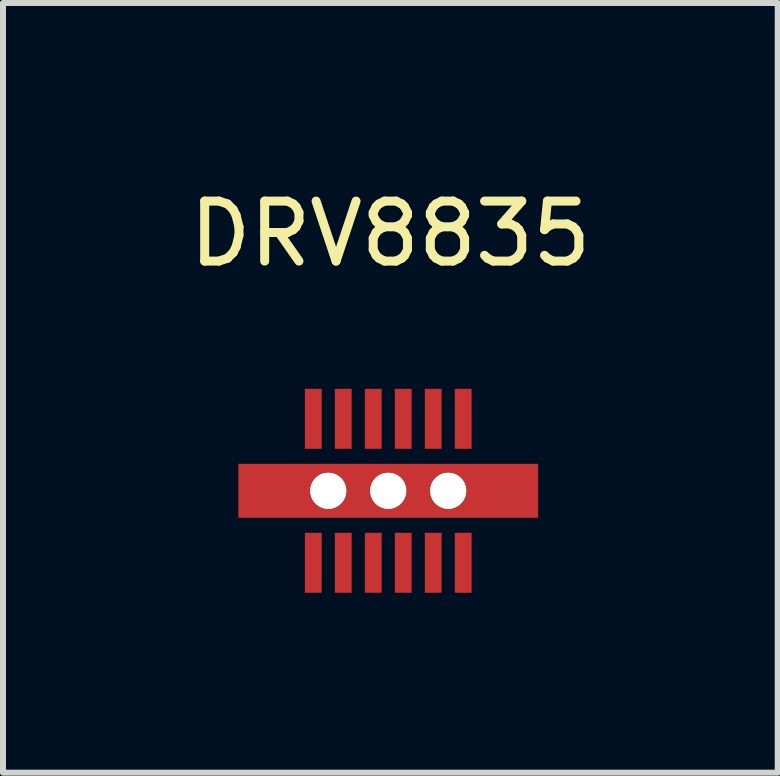
<source format=kicad_pcb>
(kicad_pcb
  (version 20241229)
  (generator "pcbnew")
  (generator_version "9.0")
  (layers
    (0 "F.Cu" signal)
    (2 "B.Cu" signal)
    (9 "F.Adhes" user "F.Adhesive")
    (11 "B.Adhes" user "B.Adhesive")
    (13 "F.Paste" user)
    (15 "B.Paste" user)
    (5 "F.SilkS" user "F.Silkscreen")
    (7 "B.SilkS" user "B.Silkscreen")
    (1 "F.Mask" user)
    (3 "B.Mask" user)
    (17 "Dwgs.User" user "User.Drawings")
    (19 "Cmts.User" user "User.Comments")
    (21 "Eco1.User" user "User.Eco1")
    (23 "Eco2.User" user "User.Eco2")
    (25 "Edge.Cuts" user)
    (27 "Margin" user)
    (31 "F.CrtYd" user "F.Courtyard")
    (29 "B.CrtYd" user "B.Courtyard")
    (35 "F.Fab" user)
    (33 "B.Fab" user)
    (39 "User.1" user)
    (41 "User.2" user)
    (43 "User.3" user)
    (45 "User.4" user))
  (footprint "DRV8835"
    (layer "F.Cu")
    (at 3.458 1.348)
    (property "Reference" "DRV8835" (at 0 -0.5 0) (unlocked yes) (layer "F.SilkS") (effects (font (size 1 1) (thickness 0.15))))
    (attr smd)
    (pad "1" smd rect (at -1.285 4.735) (size 0.28 1) (drill (offset 0 0.25)) (layers "F.Cu" "F.Mask" "F.Paste"))
    (pad "2" smd rect (at -0.785 4.735) (size 0.28 1) (drill (offset 0 0.25)) (layers "F.Cu" "F.Mask" "F.Paste"))
    (pad "3" smd rect (at -0.285 4.735) (size 0.28 1) (drill (offset 0 0.25)) (layers "F.Cu" "F.Mask" "F.Paste"))
    (pad "4" smd rect (at 0.215 4.735) (size 0.28 1) (drill (offset 0 0.25)) (layers "F.Cu" "F.Mask" "F.Paste"))
    (pad "5" smd rect (at 0.715 4.735) (size 0.28 1) (drill (offset 0 0.25)) (layers "F.Cu" "F.Mask" "F.Paste"))
    (pad "6" smd rect (at 1.215 4.735) (size 0.28 1) (drill (offset 0 0.25)) (layers "F.Cu" "F.Mask" "F.Paste"))
    (pad "7" smd rect (at 1.215 2.835) (size 0.28 1) (drill (offset 0 -0.25)) (layers "F.Cu" "F.Mask" "F.Paste"))
    (pad "8" smd rect (at 0.715 2.835) (size 0.28 1) (drill (offset 0 -0.25)) (layers "F.Cu" "F.Mask" "F.Paste"))
    (pad "9" smd rect (at 0.215 2.835) (size 0.28 1) (drill (offset 0 -0.25)) (layers "F.Cu" "F.Mask" "F.Paste"))
    (pad "10" smd rect (at -0.285 2.835) (size 0.28 1) (drill (offset 0 -0.25)) (layers "F.Cu" "F.Mask" "F.Paste"))
    (pad "11" smd rect (at -0.785 2.835) (size 0.28 1) (drill (offset 0 -0.25)) (layers "F.Cu" "F.Mask" "F.Paste"))
    (pad "12" smd rect (at -1.285 2.835) (size 0.28 1) (drill (offset 0 -0.25)) (layers "F.Cu" "F.Mask" "F.Paste"))
    (pad "13" thru_hole circle (at -1.035 3.785) (size 0.6 0.6) (drill 0.6) (layers "*.Cu" "*.Mask" "F.SilkS"))
    (pad "13" thru_hole circle (at -0.035 3.785) (size 0.6 0.6) (drill 0.6) (layers "*.Cu" "*.Mask" "F.SilkS"))
    (pad "13" smd rect (at -0.035 3.785) (size 5 0.9) (layers "F.Cu" "F.Mask" "F.Paste"))
    (pad "13" thru_hole circle (at 0.965 3.785) (size 0.6 0.6) (drill 0.6) (layers "*.Cu" "*.Mask" "F.SilkS")))
  (gr_rect
    (start -3 -3)
    (end 9.917 9.833)
    (stroke (width 0.1) (type default))
    (fill no)
    (layer "Edge.Cuts")))
</source>
